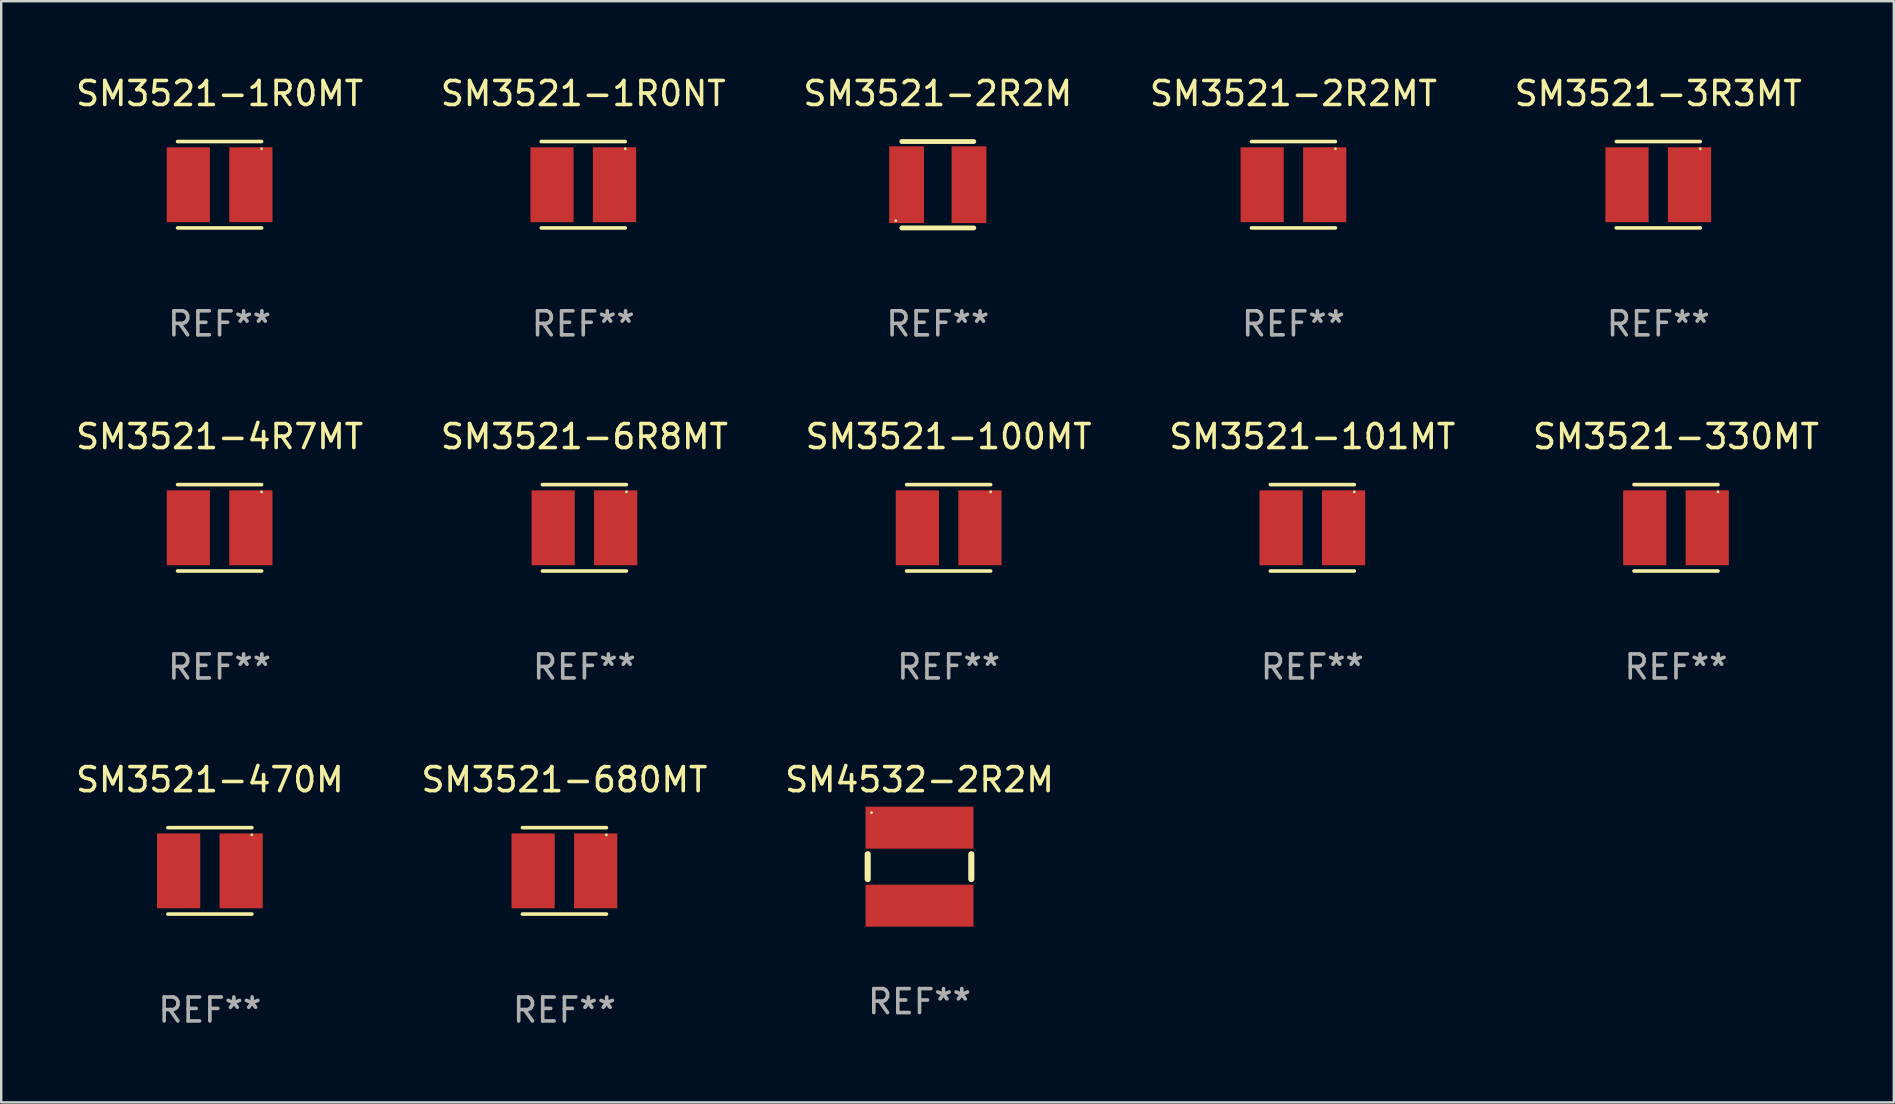
<source format=kicad_pcb>
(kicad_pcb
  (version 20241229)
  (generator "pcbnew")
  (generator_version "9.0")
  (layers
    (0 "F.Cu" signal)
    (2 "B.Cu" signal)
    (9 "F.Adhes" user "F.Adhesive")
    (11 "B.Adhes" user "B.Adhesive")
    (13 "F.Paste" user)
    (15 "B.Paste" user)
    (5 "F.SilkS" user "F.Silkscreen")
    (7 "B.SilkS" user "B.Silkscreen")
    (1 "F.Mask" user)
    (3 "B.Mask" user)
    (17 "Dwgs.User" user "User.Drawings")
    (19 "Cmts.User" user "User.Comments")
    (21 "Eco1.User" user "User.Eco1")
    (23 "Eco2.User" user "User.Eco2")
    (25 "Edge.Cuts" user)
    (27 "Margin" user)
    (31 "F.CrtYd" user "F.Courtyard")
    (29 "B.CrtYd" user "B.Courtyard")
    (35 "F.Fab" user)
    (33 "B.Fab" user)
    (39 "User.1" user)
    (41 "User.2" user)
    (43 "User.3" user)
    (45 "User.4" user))
  (footprint "SM4532-2R2M"
    (layer "F.Cu")
    (at 35.268 33.066)
    (property "Reference" "SM4532-2R2M" (at 0 -3.625 0) (layer "F.SilkS") (effects (font (size 1 1) (thickness 0.15))))
    (attr through_hole)
    (fp_line (start -2.159 -0.519) (end -2.159 0.519) (stroke (width 0.254) (type solid)) (layer "F.SilkS"))
    (fp_line (start 2.159 0.519) (end 2.159 -0.519) (stroke (width 0.254) (type solid)) (layer "F.SilkS"))
    (fp_circle (center -2 -2.25) (end -1.97 -2.25) (stroke (width 0.06) (type solid)) (fill no) (layer "F.SilkS"))
    (fp_text user "REF**" (at 0 5.625 0) (layer "F.Fab") (effects (font (size 1 1) (thickness 0.15))))
    (pad "1" smd rect (at 0 -1.625 90) (size 1.75 4.5) (layers "F.Cu" "F.Mask" "F.Paste"))
    (pad "2" smd rect (at 0 1.625 90) (size 1.75 4.5) (layers "F.Cu" "F.Mask" "F.Paste")))
  (footprint "SM3521-3R3MT"
    (layer "F.Cu")
    (at 66.054 4.648)
    (property "Reference" "SM3521-3R3MT" (at 0 -3.8 0) (layer "F.SilkS") (effects (font (size 1 1) (thickness 0.15))))
    (attr through_hole)
    (fp_line (start -1.75 -1.8) (end 1.75 -1.8) (stroke (width 0.15) (type solid)) (layer "F.SilkS"))
    (fp_line (start 1.75 1.8) (end -1.75 1.8) (stroke (width 0.15) (type solid)) (layer "F.SilkS"))
    (fp_circle (center 1.75 -1.5) (end 1.78 -1.5) (stroke (width 0.06) (type solid)) (fill no) (layer "F.SilkS"))
    (fp_text user "REF**" (at 0 5.8 0) (layer "F.Fab") (effects (font (size 1 1) (thickness 0.15))))
    (pad "1" smd rect (at 1.303 0.000051) (size 1.8 3.12) (layers "F.Cu" "F.Mask" "F.Paste"))
    (pad "2" smd rect (at -1.303 0.000051) (size 1.8 3.12) (layers "F.Cu" "F.Mask" "F.Paste")))
  (footprint "SM3521-1R0NT"
    (layer "F.Cu")
    (at 21.256 4.648)
    (property "Reference" "SM3521-1R0NT" (at 0 -3.8 0) (layer "F.SilkS") (effects (font (size 1 1) (thickness 0.15))))
    (attr through_hole)
    (fp_line (start -1.75 -1.8) (end 1.75 -1.8) (stroke (width 0.15) (type solid)) (layer "F.SilkS"))
    (fp_line (start 1.75 1.8) (end -1.75 1.8) (stroke (width 0.15) (type solid)) (layer "F.SilkS"))
    (fp_circle (center 1.75 -1.5) (end 1.78 -1.5) (stroke (width 0.06) (type solid)) (fill no) (layer "F.SilkS"))
    (fp_text user "REF**" (at 0 5.8 0) (layer "F.Fab") (effects (font (size 1 1) (thickness 0.15))))
    (pad "1" smd rect (at 1.303 0.000051) (size 1.8 3.12) (layers "F.Cu" "F.Mask" "F.Paste"))
    (pad "2" smd rect (at -1.303 0.000051) (size 1.8 3.12) (layers "F.Cu" "F.Mask" "F.Paste")))
  (footprint "SM3521-101MT"
    (layer "F.Cu")
    (at 51.637 18.945)
    (property "Reference" "SM3521-101MT" (at 0 -3.8 0) (layer "F.SilkS") (effects (font (size 1 1) (thickness 0.15))))
    (attr through_hole)
    (fp_line (start -1.75 -1.8) (end 1.75 -1.8) (stroke (width 0.15) (type solid)) (layer "F.SilkS"))
    (fp_line (start 1.75 1.8) (end -1.75 1.8) (stroke (width 0.15) (type solid)) (layer "F.SilkS"))
    (fp_circle (center 1.75 -1.5) (end 1.78 -1.5) (stroke (width 0.06) (type solid)) (fill no) (layer "F.SilkS"))
    (fp_text user "REF**" (at 0 5.8 0) (layer "F.Fab") (effects (font (size 1 1) (thickness 0.15))))
    (pad "1" smd rect (at 1.303 0.000051) (size 1.8 3.12) (layers "F.Cu" "F.Mask" "F.Paste"))
    (pad "2" smd rect (at -1.303 0.000051) (size 1.8 3.12) (layers "F.Cu" "F.Mask" "F.Paste")))
  (footprint "SM3521-6R8MT"
    (layer "F.Cu")
    (at 21.304 18.945)
    (property "Reference" "SM3521-6R8MT" (at 0 -3.8 0) (layer "F.SilkS") (effects (font (size 1 1) (thickness 0.15))))
    (attr through_hole)
    (fp_line (start -1.75 -1.8) (end 1.75 -1.8) (stroke (width 0.15) (type solid)) (layer "F.SilkS"))
    (fp_line (start 1.75 1.8) (end -1.75 1.8) (stroke (width 0.15) (type solid)) (layer "F.SilkS"))
    (fp_circle (center 1.75 -1.5) (end 1.78 -1.5) (stroke (width 0.06) (type solid)) (fill no) (layer "F.SilkS"))
    (fp_text user "REF**" (at 0 5.8 0) (layer "F.Fab") (effects (font (size 1 1) (thickness 0.15))))
    (pad "1" smd rect (at 1.303 0.000051) (size 1.8 3.12) (layers "F.Cu" "F.Mask" "F.Paste"))
    (pad "2" smd rect (at -1.303 0.000051) (size 1.8 3.12) (layers "F.Cu" "F.Mask" "F.Paste")))
  (footprint "SM3521-4R7MT"
    (layer "F.Cu")
    (at 6.101 18.945)
    (property "Reference" "SM3521-4R7MT" (at 0 -3.8 0) (layer "F.SilkS") (effects (font (size 1 1) (thickness 0.15))))
    (attr through_hole)
    (fp_line (start -1.75 -1.8) (end 1.75 -1.8) (stroke (width 0.15) (type solid)) (layer "F.SilkS"))
    (fp_line (start 1.75 1.8) (end -1.75 1.8) (stroke (width 0.15) (type solid)) (layer "F.SilkS"))
    (fp_circle (center 1.75 -1.5) (end 1.78 -1.5) (stroke (width 0.06) (type solid)) (fill no) (layer "F.SilkS"))
    (fp_text user "REF**" (at 0 5.8 0) (layer "F.Fab") (effects (font (size 1 1) (thickness 0.15))))
    (pad "1" smd rect (at 1.303 0.000051) (size 1.8 3.12) (layers "F.Cu" "F.Mask" "F.Paste"))
    (pad "2" smd rect (at -1.303 0.000051) (size 1.8 3.12) (layers "F.Cu" "F.Mask" "F.Paste")))
  (footprint "SM3521-330MT"
    (layer "F.Cu")
    (at 66.792 18.945)
    (property "Reference" "SM3521-330MT" (at 0 -3.8 0) (layer "F.SilkS") (effects (font (size 1 1) (thickness 0.15))))
    (attr through_hole)
    (fp_line (start -1.75 -1.8) (end 1.75 -1.8) (stroke (width 0.15) (type solid)) (layer "F.SilkS"))
    (fp_line (start 1.75 1.8) (end -1.75 1.8) (stroke (width 0.15) (type solid)) (layer "F.SilkS"))
    (fp_circle (center 1.75 -1.5) (end 1.78 -1.5) (stroke (width 0.06) (type solid)) (fill no) (layer "F.SilkS"))
    (fp_text user "REF**" (at 0 5.8 0) (layer "F.Fab") (effects (font (size 1 1) (thickness 0.15))))
    (pad "1" smd rect (at 1.303 0.000051) (size 1.8 3.12) (layers "F.Cu" "F.Mask" "F.Paste"))
    (pad "2" smd rect (at -1.303 0.000051) (size 1.8 3.12) (layers "F.Cu" "F.Mask" "F.Paste")))
  (footprint "SM3521-2R2MT"
    (layer "F.Cu")
    (at 50.851 4.648)
    (property "Reference" "SM3521-2R2MT" (at 0 -3.8 0) (layer "F.SilkS") (effects (font (size 1 1) (thickness 0.15))))
    (attr through_hole)
    (fp_line (start -1.75 -1.8) (end 1.75 -1.8) (stroke (width 0.15) (type solid)) (layer "F.SilkS"))
    (fp_line (start 1.75 1.8) (end -1.75 1.8) (stroke (width 0.15) (type solid)) (layer "F.SilkS"))
    (fp_circle (center 1.75 -1.5) (end 1.78 -1.5) (stroke (width 0.06) (type solid)) (fill no) (layer "F.SilkS"))
    (fp_text user "REF**" (at 0 5.8 0) (layer "F.Fab") (effects (font (size 1 1) (thickness 0.15))))
    (pad "1" smd rect (at 1.303 0.000051) (size 1.8 3.12) (layers "F.Cu" "F.Mask" "F.Paste"))
    (pad "2" smd rect (at -1.303 0.000051) (size 1.8 3.12) (layers "F.Cu" "F.Mask" "F.Paste")))
  (footprint "SM3521-2R2M"
    (layer "F.Cu")
    (at 36.03 4.648)
    (property "Reference" "SM3521-2R2M" (at 0 -3.8 0) (layer "F.SilkS") (effects (font (size 1 1) (thickness 0.15))))
    (attr through_hole)
    (fp_line (start -1.5 -1.8) (end 1.5 -1.8) (stroke (width 0.2) (type solid)) (layer "F.SilkS"))
    (fp_line (start -1.5 1.8) (end 1.5 1.8) (stroke (width 0.2) (type solid)) (layer "F.SilkS"))
    (fp_circle (center -1.75 1.5) (end -1.72 1.5) (stroke (width 0.06) (type solid)) (fill no) (layer "F.SilkS"))
    (fp_text user "REF**" (at 0 5.8 0) (layer "F.Fab") (effects (font (size 1 1) (thickness 0.15))))
    (pad "1" smd rect (at -1.3 0) (size 1.45 3.2) (layers "F.Cu" "F.Mask" "F.Paste"))
    (pad "2" smd rect (at 1.3 0) (size 1.45 3.2) (layers "F.Cu" "F.Mask" "F.Paste")))
  (footprint "SM3521-1R0MT"
    (layer "F.Cu")
    (at 6.101 4.648)
    (property "Reference" "SM3521-1R0MT" (at 0 -3.8 0) (layer "F.SilkS") (effects (font (size 1 1) (thickness 0.15))))
    (attr through_hole)
    (fp_line (start -1.75 -1.8) (end 1.75 -1.8) (stroke (width 0.15) (type solid)) (layer "F.SilkS"))
    (fp_line (start 1.75 1.8) (end -1.75 1.8) (stroke (width 0.15) (type solid)) (layer "F.SilkS"))
    (fp_circle (center 1.75 -1.5) (end 1.78 -1.5) (stroke (width 0.06) (type solid)) (fill no) (layer "F.SilkS"))
    (fp_text user "REF**" (at 0 5.8 0) (layer "F.Fab") (effects (font (size 1 1) (thickness 0.15))))
    (pad "1" smd rect (at 1.303 0.000051) (size 1.8 3.12) (layers "F.Cu" "F.Mask" "F.Paste"))
    (pad "2" smd rect (at -1.303 0.000051) (size 1.8 3.12) (layers "F.Cu" "F.Mask" "F.Paste")))
  (footprint "SM3521-680MT"
    (layer "F.Cu")
    (at 20.47 33.241)
    (property "Reference" "SM3521-680MT" (at 0 -3.8 0) (layer "F.SilkS") (effects (font (size 1 1) (thickness 0.15))))
    (attr through_hole)
    (fp_line (start -1.75 -1.8) (end 1.75 -1.8) (stroke (width 0.15) (type solid)) (layer "F.SilkS"))
    (fp_line (start 1.75 1.8) (end -1.75 1.8) (stroke (width 0.15) (type solid)) (layer "F.SilkS"))
    (fp_circle (center 1.75 -1.5) (end 1.78 -1.5) (stroke (width 0.06) (type solid)) (fill no) (layer "F.SilkS"))
    (fp_text user "REF**" (at 0 5.8 0) (layer "F.Fab") (effects (font (size 1 1) (thickness 0.15))))
    (pad "1" smd rect (at 1.303 0.000051) (size 1.8 3.12) (layers "F.Cu" "F.Mask" "F.Paste"))
    (pad "2" smd rect (at -1.303 0.000051) (size 1.8 3.12) (layers "F.Cu" "F.Mask" "F.Paste")))
  (footprint "SM3521-470M"
    (layer "F.Cu")
    (at 5.696 33.241)
    (property "Reference" "SM3521-470M" (at 0 -3.8 0) (layer "F.SilkS") (effects (font (size 1 1) (thickness 0.15))))
    (attr through_hole)
    (fp_line (start -1.75 -1.8) (end 1.75 -1.8) (stroke (width 0.15) (type solid)) (layer "F.SilkS"))
    (fp_line (start 1.75 1.8) (end -1.75 1.8) (stroke (width 0.15) (type solid)) (layer "F.SilkS"))
    (fp_circle (center 1.75 -1.5) (end 1.78 -1.5) (stroke (width 0.06) (type solid)) (fill no) (layer "F.SilkS"))
    (fp_text user "REF**" (at 0 5.8 0) (layer "F.Fab") (effects (font (size 1 1) (thickness 0.15))))
    (pad "1" smd rect (at 1.303 0.000051) (size 1.8 3.12) (layers "F.Cu" "F.Mask" "F.Paste"))
    (pad "2" smd rect (at -1.303 0.000051) (size 1.8 3.12) (layers "F.Cu" "F.Mask" "F.Paste")))
  (footprint "SM3521-100MT"
    (layer "F.Cu")
    (at 36.482 18.945)
    (property "Reference" "SM3521-100MT" (at 0 -3.8 0) (layer "F.SilkS") (effects (font (size 1 1) (thickness 0.15))))
    (attr through_hole)
    (fp_line (start -1.75 -1.8) (end 1.75 -1.8) (stroke (width 0.15) (type solid)) (layer "F.SilkS"))
    (fp_line (start 1.75 1.8) (end -1.75 1.8) (stroke (width 0.15) (type solid)) (layer "F.SilkS"))
    (fp_circle (center 1.75 -1.5) (end 1.78 -1.5) (stroke (width 0.06) (type solid)) (fill no) (layer "F.SilkS"))
    (fp_text user "REF**" (at 0 5.8 0) (layer "F.Fab") (effects (font (size 1 1) (thickness 0.15))))
    (pad "1" smd rect (at 1.303 0.000051) (size 1.8 3.12) (layers "F.Cu" "F.Mask" "F.Paste"))
    (pad "2" smd rect (at -1.303 0.000051) (size 1.8 3.12) (layers "F.Cu" "F.Mask" "F.Paste")))
  (gr_rect
    (start -3 -3)
    (end 75.869 42.889)
    (stroke (width 0.1) (type default))
    (fill no)
    (layer "Edge.Cuts")))
</source>
